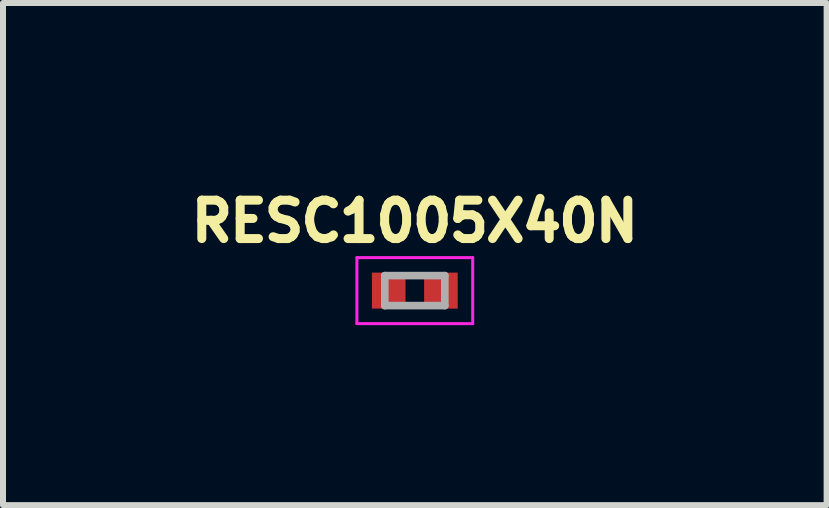
<source format=kicad_pcb>
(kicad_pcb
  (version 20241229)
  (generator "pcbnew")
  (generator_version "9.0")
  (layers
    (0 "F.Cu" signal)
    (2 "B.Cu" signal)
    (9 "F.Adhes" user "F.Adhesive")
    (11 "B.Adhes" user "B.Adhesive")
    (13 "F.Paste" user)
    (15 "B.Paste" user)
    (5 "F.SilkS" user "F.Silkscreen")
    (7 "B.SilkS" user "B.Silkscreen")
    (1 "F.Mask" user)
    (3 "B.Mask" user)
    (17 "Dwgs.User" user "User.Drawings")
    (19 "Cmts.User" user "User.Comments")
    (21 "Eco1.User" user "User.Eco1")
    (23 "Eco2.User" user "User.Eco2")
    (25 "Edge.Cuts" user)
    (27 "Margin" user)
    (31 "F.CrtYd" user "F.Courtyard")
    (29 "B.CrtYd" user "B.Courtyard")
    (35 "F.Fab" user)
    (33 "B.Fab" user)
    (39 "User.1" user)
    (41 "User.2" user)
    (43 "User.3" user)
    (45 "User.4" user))
  (footprint "RESC1005X40N"
    (layer "F.Cu")
    (at 3.864 1.794)
    (property "Reference" "RESC1005X40N" (at 0 -1.156 0) (layer "F.SilkS") (effects (font (size 0.64 0.64) (thickness 0.15))))
    (attr smd)
    (fp_line (start -0.965 -0.55) (end 0.965 -0.55) (stroke (width 0.05) (type solid)) (layer "F.CrtYd"))
    (fp_line (start -0.965 0.55) (end -0.965 -0.55) (stroke (width 0.05) (type solid)) (layer "F.CrtYd"))
    (fp_line (start 0.965 -0.55) (end 0.965 0.55) (stroke (width 0.05) (type solid)) (layer "F.CrtYd"))
    (fp_line (start 0.965 0.55) (end -0.965 0.55) (stroke (width 0.05) (type solid)) (layer "F.CrtYd"))
    (fp_line (start -0.5 -0.25) (end 0.5 -0.25) (stroke (width 0.127) (type solid)) (layer "F.Fab"))
    (fp_line (start -0.5 0.25) (end -0.5 -0.25) (stroke (width 0.127) (type solid)) (layer "F.Fab"))
    (fp_line (start 0.5 -0.25) (end 0.5 0.25) (stroke (width 0.127) (type solid)) (layer "F.Fab"))
    (fp_line (start 0.5 0.25) (end -0.5 0.25) (stroke (width 0.127) (type solid)) (layer "F.Fab"))
    (pad "1" smd rect (at -0.435 0) (size 0.56 0.6) (layers "F.Cu" "F.Mask" "F.Paste"))
    (pad "2" smd rect (at 0.435 0) (size 0.56 0.6) (layers "F.Cu" "F.Mask" "F.Paste")))
  (gr_rect
    (start -3 -3)
    (end 10.728 5.369)
    (stroke (width 0.1) (type default))
    (fill no)
    (layer "Edge.Cuts")))
</source>
